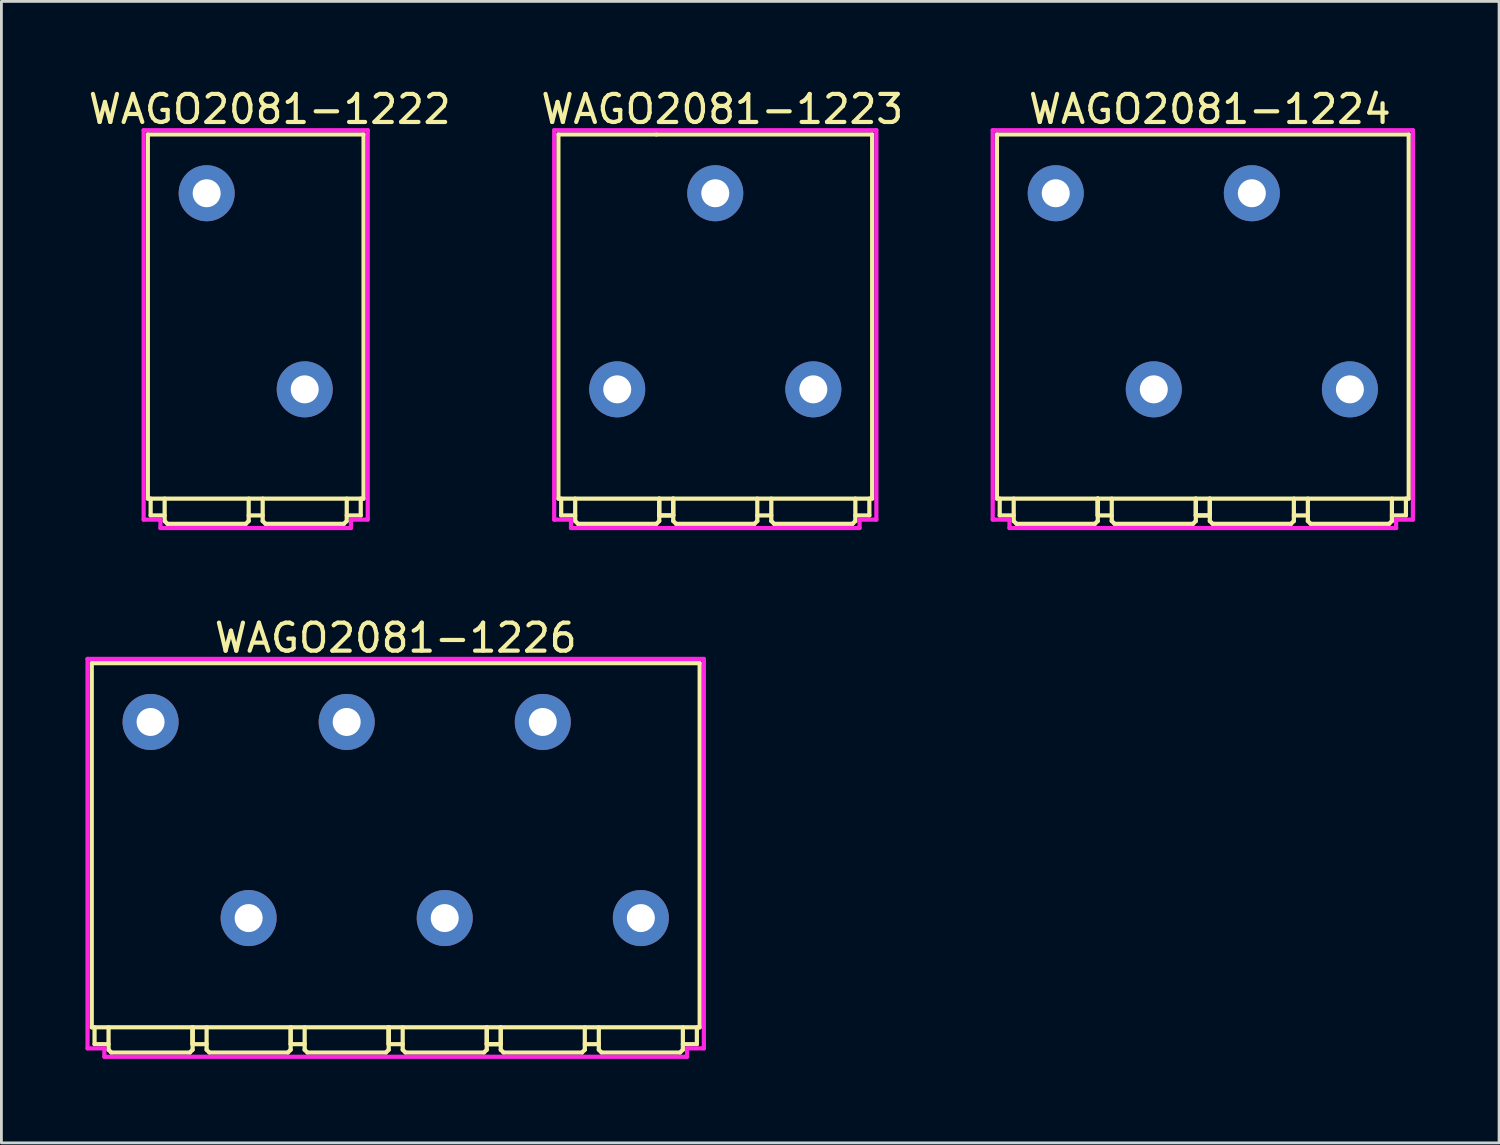
<source format=kicad_pcb>
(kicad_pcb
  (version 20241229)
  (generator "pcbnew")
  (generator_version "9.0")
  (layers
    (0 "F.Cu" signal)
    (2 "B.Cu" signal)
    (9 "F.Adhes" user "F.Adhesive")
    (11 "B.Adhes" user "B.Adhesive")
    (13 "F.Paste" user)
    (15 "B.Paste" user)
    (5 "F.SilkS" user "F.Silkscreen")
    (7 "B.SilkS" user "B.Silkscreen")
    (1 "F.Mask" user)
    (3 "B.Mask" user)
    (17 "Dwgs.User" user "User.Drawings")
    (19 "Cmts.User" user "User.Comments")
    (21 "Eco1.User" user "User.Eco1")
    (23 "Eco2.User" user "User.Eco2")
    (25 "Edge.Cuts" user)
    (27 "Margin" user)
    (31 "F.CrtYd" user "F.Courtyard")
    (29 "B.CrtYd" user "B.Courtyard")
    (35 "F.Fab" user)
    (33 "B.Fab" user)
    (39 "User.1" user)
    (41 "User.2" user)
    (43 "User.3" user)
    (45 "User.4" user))
  (footprint "WAGO2081-1222"
    (layer "F.Cu")
    (at 7.827 10.848)
    (property "Reference" "WAGO2081-1222" (at -1.25 -10 180) (layer "F.SilkS") (effects (font (size 1 1) (thickness 0.15))))
    (attr through_hole)
    (fp_line (start -5.6 -9.1) (end -5.6 3.9) (stroke (width 0.15) (type solid)) (layer "F.SilkS"))
    (fp_line (start -5.6 -9.1) (end 2.1 -9.1) (stroke (width 0.15) (type solid)) (layer "F.SilkS"))
    (fp_line (start -5.5 3.9) (end -5.5 4.5) (stroke (width 0.15) (type solid)) (layer "F.SilkS"))
    (fp_line (start -5.5 4.5) (end -5 4.5) (stroke (width 0.15) (type solid)) (layer "F.SilkS"))
    (fp_line (start -5 3.9) (end -5 4.7) (stroke (width 0.15) (type solid)) (layer "F.SilkS"))
    (fp_line (start -5 4.7) (end -4.9 4.8) (stroke (width 0.15) (type solid)) (layer "F.SilkS"))
    (fp_line (start -4.9 4.8) (end -2.1 4.8) (stroke (width 0.15) (type solid)) (layer "F.SilkS"))
    (fp_line (start -2 4.5) (end -1.5 4.5) (stroke (width 0.15) (type solid)) (layer "F.SilkS"))
    (fp_line (start -2 4.7) (end -2.1 4.8) (stroke (width 0.15) (type solid)) (layer "F.SilkS"))
    (fp_line (start -2 4.7) (end -2 3.9) (stroke (width 0.15) (type solid)) (layer "F.SilkS"))
    (fp_line (start -1.5 3.9) (end -1.5 4.7) (stroke (width 0.15) (type solid)) (layer "F.SilkS"))
    (fp_line (start -1.5 4.7) (end -1.4 4.8) (stroke (width 0.15) (type solid)) (layer "F.SilkS"))
    (fp_line (start -1.4 4.8) (end 1.4 4.8) (stroke (width 0.15) (type solid)) (layer "F.SilkS"))
    (fp_line (start 1.5 4.5) (end 2 4.5) (stroke (width 0.15) (type solid)) (layer "F.SilkS"))
    (fp_line (start 1.5 4.7) (end 1.4 4.8) (stroke (width 0.15) (type solid)) (layer "F.SilkS"))
    (fp_line (start 1.5 4.7) (end 1.5 3.9) (stroke (width 0.15) (type solid)) (layer "F.SilkS"))
    (fp_line (start 2 4.5) (end 2 3.9) (stroke (width 0.15) (type solid)) (layer "F.SilkS"))
    (fp_line (start 2.1 -9.1) (end 2.1 3.9) (stroke (width 0.15) (type solid)) (layer "F.SilkS"))
    (fp_line (start 2.1 3.9) (end -5.6 3.9) (stroke (width 0.15) (type solid)) (layer "F.SilkS"))
    (fp_line (start -5.75 -9.25) (end 2.25 -9.25) (stroke (width 0.15) (type solid)) (layer "F.CrtYd"))
    (fp_line (start -5.75 4.65) (end -5.75 -9.25) (stroke (width 0.15) (type solid)) (layer "F.CrtYd"))
    (fp_line (start -5.15 4.65) (end -5.75 4.65) (stroke (width 0.15) (type solid)) (layer "F.CrtYd"))
    (fp_line (start -5.15 4.95) (end -5.15 4.65) (stroke (width 0.15) (type solid)) (layer "F.CrtYd"))
    (fp_line (start 1.65 4.65) (end 1.65 4.95) (stroke (width 0.15) (type solid)) (layer "F.CrtYd"))
    (fp_line (start 1.65 4.95) (end -5.15 4.95) (stroke (width 0.15) (type solid)) (layer "F.CrtYd"))
    (fp_line (start 2.25 -9.25) (end 2.25 4.65) (stroke (width 0.15) (type solid)) (layer "F.CrtYd"))
    (fp_line (start 2.25 4.65) (end 1.65 4.65) (stroke (width 0.15) (type solid)) (layer "F.CrtYd"))
    (pad "1" thru_hole circle (at 0 0) (size 2 2) (drill 1) (layers "*.Cu" "*.Mask"))
    (pad "2" thru_hole circle (at -3.5 -7) (size 2 2) (drill 1) (layers "*.Cu" "*.Mask")))
  (footprint "WAGO2081-1226"
    (layer "F.Cu")
    (at 19.825 29.721)
    (property "Reference" "WAGO2081-1226" (at -8.75 -10 180) (layer "F.SilkS") (effects (font (size 1 1) (thickness 0.15))))
    (attr through_hole)
    (fp_line (start -19.6 -9.1) (end 2.1 -9.1) (stroke (width 0.15) (type solid)) (layer "F.SilkS"))
    (fp_line (start -19.6 3.9) (end -19.6 -9.1) (stroke (width 0.15) (type solid)) (layer "F.SilkS"))
    (fp_line (start -19.5 4.5) (end -19.5 3.9) (stroke (width 0.15) (type solid)) (layer "F.SilkS"))
    (fp_line (start -19.5 4.5) (end -19 4.5) (stroke (width 0.15) (type solid)) (layer "F.SilkS"))
    (fp_line (start -19 3.9) (end -19 4.7) (stroke (width 0.15) (type solid)) (layer "F.SilkS"))
    (fp_line (start -19 4.7) (end -18.9 4.8) (stroke (width 0.15) (type solid)) (layer "F.SilkS"))
    (fp_line (start -18.9 4.8) (end -16.1 4.8) (stroke (width 0.15) (type solid)) (layer "F.SilkS"))
    (fp_line (start -16 3.9) (end -16 4.5) (stroke (width 0.15) (type solid)) (layer "F.SilkS"))
    (fp_line (start -16 4.5) (end -16 3.9) (stroke (width 0.15) (type solid)) (layer "F.SilkS"))
    (fp_line (start -16 4.5) (end -15.5 4.5) (stroke (width 0.15) (type solid)) (layer "F.SilkS"))
    (fp_line (start -16 4.7) (end -16.1 4.8) (stroke (width 0.15) (type solid)) (layer "F.SilkS"))
    (fp_line (start -16 4.7) (end -16 3.9) (stroke (width 0.15) (type solid)) (layer "F.SilkS"))
    (fp_line (start -15.5 3.9) (end -15.5 4.7) (stroke (width 0.15) (type solid)) (layer "F.SilkS"))
    (fp_line (start -15.5 4.7) (end -15.4 4.8) (stroke (width 0.15) (type solid)) (layer "F.SilkS"))
    (fp_line (start -15.4 4.8) (end -12.6 4.8) (stroke (width 0.15) (type solid)) (layer "F.SilkS"))
    (fp_line (start -12.5 3.9) (end -12.5 4.5) (stroke (width 0.15) (type solid)) (layer "F.SilkS"))
    (fp_line (start -12.5 4.5) (end -12 4.5) (stroke (width 0.15) (type solid)) (layer "F.SilkS"))
    (fp_line (start -12.5 4.7) (end -12.6 4.8) (stroke (width 0.15) (type solid)) (layer "F.SilkS"))
    (fp_line (start -12.5 4.7) (end -12.5 3.9) (stroke (width 0.15) (type solid)) (layer "F.SilkS"))
    (fp_line (start -12 3.9) (end -12 4.7) (stroke (width 0.15) (type solid)) (layer "F.SilkS"))
    (fp_line (start -12 4.7) (end -11.9 4.8) (stroke (width 0.15) (type solid)) (layer "F.SilkS"))
    (fp_line (start -11.9 4.8) (end -9.1 4.8) (stroke (width 0.15) (type solid)) (layer "F.SilkS"))
    (fp_line (start -9 3.9) (end -9 4.5) (stroke (width 0.15) (type solid)) (layer "F.SilkS"))
    (fp_line (start -9 4.5) (end -9 3.9) (stroke (width 0.15) (type solid)) (layer "F.SilkS"))
    (fp_line (start -9 4.5) (end -8.5 4.5) (stroke (width 0.15) (type solid)) (layer "F.SilkS"))
    (fp_line (start -9 4.7) (end -9.1 4.8) (stroke (width 0.15) (type solid)) (layer "F.SilkS"))
    (fp_line (start -9 4.7) (end -9 3.9) (stroke (width 0.15) (type solid)) (layer "F.SilkS"))
    (fp_line (start -8.5 3.9) (end -8.5 4.7) (stroke (width 0.15) (type solid)) (layer "F.SilkS"))
    (fp_line (start -8.5 4.7) (end -8.4 4.8) (stroke (width 0.15) (type solid)) (layer "F.SilkS"))
    (fp_line (start -8.4 4.8) (end -5.6 4.8) (stroke (width 0.15) (type solid)) (layer "F.SilkS"))
    (fp_line (start -5.5 3.9) (end -5.5 4.5) (stroke (width 0.15) (type solid)) (layer "F.SilkS"))
    (fp_line (start -5.5 4.5) (end -5 4.5) (stroke (width 0.15) (type solid)) (layer "F.SilkS"))
    (fp_line (start -5.5 4.5) (end -5 4.5) (stroke (width 0.15) (type solid)) (layer "F.SilkS"))
    (fp_line (start -5.5 4.7) (end -5.6 4.8) (stroke (width 0.15) (type solid)) (layer "F.SilkS"))
    (fp_line (start -5.5 4.7) (end -5.5 3.9) (stroke (width 0.15) (type solid)) (layer "F.SilkS"))
    (fp_line (start -5 3.9) (end -5 4.7) (stroke (width 0.15) (type solid)) (layer "F.SilkS"))
    (fp_line (start -5 4.5) (end -5 3.9) (stroke (width 0.15) (type solid)) (layer "F.SilkS"))
    (fp_line (start -5 4.7) (end -4.9 4.8) (stroke (width 0.15) (type solid)) (layer "F.SilkS"))
    (fp_line (start -4.9 4.8) (end -2.1 4.8) (stroke (width 0.15) (type solid)) (layer "F.SilkS"))
    (fp_line (start -2 4.5) (end -1.5 4.5) (stroke (width 0.15) (type solid)) (layer "F.SilkS"))
    (fp_line (start -2 4.7) (end -2.1 4.8) (stroke (width 0.15) (type solid)) (layer "F.SilkS"))
    (fp_line (start -2 4.7) (end -2 3.9) (stroke (width 0.15) (type solid)) (layer "F.SilkS"))
    (fp_line (start -1.5 3.9) (end -1.5 4.7) (stroke (width 0.15) (type solid)) (layer "F.SilkS"))
    (fp_line (start -1.5 4.7) (end -1.4 4.8) (stroke (width 0.15) (type solid)) (layer "F.SilkS"))
    (fp_line (start -1.4 4.8) (end 1.4 4.8) (stroke (width 0.15) (type solid)) (layer "F.SilkS"))
    (fp_line (start 1.5 4.5) (end 2 4.5) (stroke (width 0.15) (type solid)) (layer "F.SilkS"))
    (fp_line (start 1.5 4.7) (end 1.4 4.8) (stroke (width 0.15) (type solid)) (layer "F.SilkS"))
    (fp_line (start 1.5 4.7) (end 1.5 3.9) (stroke (width 0.15) (type solid)) (layer "F.SilkS"))
    (fp_line (start 2 4.5) (end 2 3.9) (stroke (width 0.15) (type solid)) (layer "F.SilkS"))
    (fp_line (start 2.1 -9.1) (end 2.1 3.9) (stroke (width 0.15) (type solid)) (layer "F.SilkS"))
    (fp_line (start 2.1 3.9) (end -19.6 3.9) (stroke (width 0.15) (type solid)) (layer "F.SilkS"))
    (fp_line (start -19.75 -9.25) (end 2.25 -9.25) (stroke (width 0.15) (type solid)) (layer "F.CrtYd"))
    (fp_line (start -19.75 4.65) (end -19.75 -9.25) (stroke (width 0.15) (type solid)) (layer "F.CrtYd"))
    (fp_line (start -19.15 4.65) (end -19.75 4.65) (stroke (width 0.15) (type solid)) (layer "F.CrtYd"))
    (fp_line (start -19.15 4.95) (end -19.15 4.65) (stroke (width 0.15) (type solid)) (layer "F.CrtYd"))
    (fp_line (start 1.65 4.65) (end 1.65 4.95) (stroke (width 0.15) (type solid)) (layer "F.CrtYd"))
    (fp_line (start 1.65 4.95) (end -19.15 4.95) (stroke (width 0.15) (type solid)) (layer "F.CrtYd"))
    (fp_line (start 2.25 -9.25) (end 2.25 4.65) (stroke (width 0.15) (type solid)) (layer "F.CrtYd"))
    (fp_line (start 2.25 4.65) (end 1.65 4.65) (stroke (width 0.15) (type solid)) (layer "F.CrtYd"))
    (pad "1" thru_hole circle (at 0 0) (size 2 2) (drill 1) (layers "*.Cu" "*.Mask"))
    (pad "2" thru_hole circle (at -3.5 -7) (size 2 2) (drill 1) (layers "*.Cu" "*.Mask"))
    (pad "3" thru_hole circle (at -7 0) (size 2 2) (drill 1) (layers "*.Cu" "*.Mask"))
    (pad "4" thru_hole circle (at -10.5 -7) (size 2 2) (drill 1) (layers "*.Cu" "*.Mask"))
    (pad "5" thru_hole circle (at -14 0) (size 2 2) (drill 1) (layers "*.Cu" "*.Mask"))
    (pad "6" thru_hole circle (at -17.5 -7) (size 2 2) (drill 1) (layers "*.Cu" "*.Mask")))
  (footprint "WAGO2081-1223"
    (layer "F.Cu")
    (at 25.982 10.848)
    (property "Reference" "WAGO2081-1223" (at -3.25 -10 180) (layer "F.SilkS") (effects (font (size 1 1) (thickness 0.15))))
    (attr through_hole)
    (fp_line (start -9.1 -9.1) (end -5.6 -9.1) (stroke (width 0.15) (type solid)) (layer "F.SilkS"))
    (fp_line (start -9.1 3.9) (end -9.1 -9.1) (stroke (width 0.15) (type solid)) (layer "F.SilkS"))
    (fp_line (start -9 4.5) (end -9 3.9) (stroke (width 0.15) (type solid)) (layer "F.SilkS"))
    (fp_line (start -9 4.5) (end -8.5 4.5) (stroke (width 0.15) (type solid)) (layer "F.SilkS"))
    (fp_line (start -8.5 3.9) (end -8.5 4.7) (stroke (width 0.15) (type solid)) (layer "F.SilkS"))
    (fp_line (start -8.5 4.7) (end -8.4 4.8) (stroke (width 0.15) (type solid)) (layer "F.SilkS"))
    (fp_line (start -8.4 4.8) (end -5.6 4.8) (stroke (width 0.15) (type solid)) (layer "F.SilkS"))
    (fp_line (start -5.6 -9.1) (end 2.1 -9.1) (stroke (width 0.15) (type solid)) (layer "F.SilkS"))
    (fp_line (start -5.5 3.9) (end -5.5 4.5) (stroke (width 0.15) (type solid)) (layer "F.SilkS"))
    (fp_line (start -5.5 4.5) (end -5 4.5) (stroke (width 0.15) (type solid)) (layer "F.SilkS"))
    (fp_line (start -5.5 4.5) (end -5 4.5) (stroke (width 0.15) (type solid)) (layer "F.SilkS"))
    (fp_line (start -5.5 4.7) (end -5.6 4.8) (stroke (width 0.15) (type solid)) (layer "F.SilkS"))
    (fp_line (start -5.5 4.7) (end -5.5 3.9) (stroke (width 0.15) (type solid)) (layer "F.SilkS"))
    (fp_line (start -5 3.9) (end -5 4.7) (stroke (width 0.15) (type solid)) (layer "F.SilkS"))
    (fp_line (start -5 4.5) (end -5 3.9) (stroke (width 0.15) (type solid)) (layer "F.SilkS"))
    (fp_line (start -5 4.7) (end -4.9 4.8) (stroke (width 0.15) (type solid)) (layer "F.SilkS"))
    (fp_line (start -4.9 4.8) (end -2.1 4.8) (stroke (width 0.15) (type solid)) (layer "F.SilkS"))
    (fp_line (start -2 4.5) (end -1.5 4.5) (stroke (width 0.15) (type solid)) (layer "F.SilkS"))
    (fp_line (start -2 4.7) (end -2.1 4.8) (stroke (width 0.15) (type solid)) (layer "F.SilkS"))
    (fp_line (start -2 4.7) (end -2 3.9) (stroke (width 0.15) (type solid)) (layer "F.SilkS"))
    (fp_line (start -1.5 3.9) (end -1.5 4.7) (stroke (width 0.15) (type solid)) (layer "F.SilkS"))
    (fp_line (start -1.5 4.7) (end -1.4 4.8) (stroke (width 0.15) (type solid)) (layer "F.SilkS"))
    (fp_line (start -1.4 4.8) (end 1.4 4.8) (stroke (width 0.15) (type solid)) (layer "F.SilkS"))
    (fp_line (start 1.5 4.5) (end 2 4.5) (stroke (width 0.15) (type solid)) (layer "F.SilkS"))
    (fp_line (start 1.5 4.7) (end 1.4 4.8) (stroke (width 0.15) (type solid)) (layer "F.SilkS"))
    (fp_line (start 1.5 4.7) (end 1.5 3.9) (stroke (width 0.15) (type solid)) (layer "F.SilkS"))
    (fp_line (start 2 4.5) (end 2 3.9) (stroke (width 0.15) (type solid)) (layer "F.SilkS"))
    (fp_line (start 2.1 -9.1) (end 2.1 3.9) (stroke (width 0.15) (type solid)) (layer "F.SilkS"))
    (fp_line (start 2.1 3.9) (end -9.1 3.9) (stroke (width 0.15) (type solid)) (layer "F.SilkS"))
    (fp_line (start -9.25 -9.25) (end 2.25 -9.25) (stroke (width 0.15) (type solid)) (layer "F.CrtYd"))
    (fp_line (start -9.25 4.65) (end -9.25 -9.25) (stroke (width 0.15) (type solid)) (layer "F.CrtYd"))
    (fp_line (start -8.65 4.65) (end -9.25 4.65) (stroke (width 0.15) (type solid)) (layer "F.CrtYd"))
    (fp_line (start -8.65 4.95) (end -8.65 4.65) (stroke (width 0.15) (type solid)) (layer "F.CrtYd"))
    (fp_line (start 1.65 4.65) (end 1.65 4.95) (stroke (width 0.15) (type solid)) (layer "F.CrtYd"))
    (fp_line (start 1.65 4.95) (end -8.65 4.95) (stroke (width 0.15) (type solid)) (layer "F.CrtYd"))
    (fp_line (start 2.25 -9.25) (end 2.25 4.65) (stroke (width 0.15) (type solid)) (layer "F.CrtYd"))
    (fp_line (start 2.25 4.65) (end 1.65 4.65) (stroke (width 0.15) (type solid)) (layer "F.CrtYd"))
    (pad "1" thru_hole circle (at 0 0) (size 2 2) (drill 1) (layers "*.Cu" "*.Mask"))
    (pad "2" thru_hole circle (at -3.5 -7) (size 2 2) (drill 1) (layers "*.Cu" "*.Mask"))
    (pad "3" thru_hole circle (at -7 0) (size 2 2) (drill 1) (layers "*.Cu" "*.Mask")))
  (footprint "WAGO2081-1224"
    (layer "F.Cu")
    (at 45.135 10.848)
    (property "Reference" "WAGO2081-1224" (at -5 -10 180) (layer "F.SilkS") (effects (font (size 1 1) (thickness 0.15))))
    (attr through_hole)
    (fp_line (start -12.6 -9.1) (end 2.1 -9.1) (stroke (width 0.15) (type solid)) (layer "F.SilkS"))
    (fp_line (start -12.6 3.9) (end -12.6 -9.1) (stroke (width 0.15) (type solid)) (layer "F.SilkS"))
    (fp_line (start -12.5 4.5) (end -12.5 3.9) (stroke (width 0.15) (type solid)) (layer "F.SilkS"))
    (fp_line (start -12.5 4.5) (end -12 4.5) (stroke (width 0.15) (type solid)) (layer "F.SilkS"))
    (fp_line (start -12 3.9) (end -12 4.7) (stroke (width 0.15) (type solid)) (layer "F.SilkS"))
    (fp_line (start -12 4.7) (end -11.9 4.8) (stroke (width 0.15) (type solid)) (layer "F.SilkS"))
    (fp_line (start -11.9 4.8) (end -9.1 4.8) (stroke (width 0.15) (type solid)) (layer "F.SilkS"))
    (fp_line (start -9 3.9) (end -9 4.5) (stroke (width 0.15) (type solid)) (layer "F.SilkS"))
    (fp_line (start -9 4.5) (end -9 3.9) (stroke (width 0.15) (type solid)) (layer "F.SilkS"))
    (fp_line (start -9 4.5) (end -8.5 4.5) (stroke (width 0.15) (type solid)) (layer "F.SilkS"))
    (fp_line (start -9 4.7) (end -9.1 4.8) (stroke (width 0.15) (type solid)) (layer "F.SilkS"))
    (fp_line (start -9 4.7) (end -9 3.9) (stroke (width 0.15) (type solid)) (layer "F.SilkS"))
    (fp_line (start -8.5 3.9) (end -8.5 4.7) (stroke (width 0.15) (type solid)) (layer "F.SilkS"))
    (fp_line (start -8.5 4.7) (end -8.4 4.8) (stroke (width 0.15) (type solid)) (layer "F.SilkS"))
    (fp_line (start -8.4 4.8) (end -5.6 4.8) (stroke (width 0.15) (type solid)) (layer "F.SilkS"))
    (fp_line (start -5.5 3.9) (end -5.5 4.5) (stroke (width 0.15) (type solid)) (layer "F.SilkS"))
    (fp_line (start -5.5 4.5) (end -5 4.5) (stroke (width 0.15) (type solid)) (layer "F.SilkS"))
    (fp_line (start -5.5 4.5) (end -5 4.5) (stroke (width 0.15) (type solid)) (layer "F.SilkS"))
    (fp_line (start -5.5 4.7) (end -5.6 4.8) (stroke (width 0.15) (type solid)) (layer "F.SilkS"))
    (fp_line (start -5.5 4.7) (end -5.5 3.9) (stroke (width 0.15) (type solid)) (layer "F.SilkS"))
    (fp_line (start -5 3.9) (end -5 4.7) (stroke (width 0.15) (type solid)) (layer "F.SilkS"))
    (fp_line (start -5 4.5) (end -5 3.9) (stroke (width 0.15) (type solid)) (layer "F.SilkS"))
    (fp_line (start -5 4.7) (end -4.9 4.8) (stroke (width 0.15) (type solid)) (layer "F.SilkS"))
    (fp_line (start -4.9 4.8) (end -2.1 4.8) (stroke (width 0.15) (type solid)) (layer "F.SilkS"))
    (fp_line (start -2 4.5) (end -1.5 4.5) (stroke (width 0.15) (type solid)) (layer "F.SilkS"))
    (fp_line (start -2 4.7) (end -2.1 4.8) (stroke (width 0.15) (type solid)) (layer "F.SilkS"))
    (fp_line (start -2 4.7) (end -2 3.9) (stroke (width 0.15) (type solid)) (layer "F.SilkS"))
    (fp_line (start -1.5 3.9) (end -1.5 4.7) (stroke (width 0.15) (type solid)) (layer "F.SilkS"))
    (fp_line (start -1.5 4.7) (end -1.4 4.8) (stroke (width 0.15) (type solid)) (layer "F.SilkS"))
    (fp_line (start -1.4 4.8) (end 1.4 4.8) (stroke (width 0.15) (type solid)) (layer "F.SilkS"))
    (fp_line (start 1.5 4.5) (end 2 4.5) (stroke (width 0.15) (type solid)) (layer "F.SilkS"))
    (fp_line (start 1.5 4.7) (end 1.4 4.8) (stroke (width 0.15) (type solid)) (layer "F.SilkS"))
    (fp_line (start 1.5 4.7) (end 1.5 3.9) (stroke (width 0.15) (type solid)) (layer "F.SilkS"))
    (fp_line (start 2 4.5) (end 2 3.9) (stroke (width 0.15) (type solid)) (layer "F.SilkS"))
    (fp_line (start 2.1 -9.1) (end 2.1 3.9) (stroke (width 0.15) (type solid)) (layer "F.SilkS"))
    (fp_line (start 2.1 3.9) (end -12.6 3.9) (stroke (width 0.15) (type solid)) (layer "F.SilkS"))
    (fp_line (start -12.75 -9.25) (end 2.25 -9.25) (stroke (width 0.15) (type solid)) (layer "F.CrtYd"))
    (fp_line (start -12.75 4.65) (end -12.75 -9.25) (stroke (width 0.15) (type solid)) (layer "F.CrtYd"))
    (fp_line (start -12.15 4.65) (end -12.75 4.65) (stroke (width 0.15) (type solid)) (layer "F.CrtYd"))
    (fp_line (start -12.15 4.95) (end -12.15 4.65) (stroke (width 0.15) (type solid)) (layer "F.CrtYd"))
    (fp_line (start 1.65 4.65) (end 1.65 4.95) (stroke (width 0.15) (type solid)) (layer "F.CrtYd"))
    (fp_line (start 1.65 4.95) (end -12.15 4.95) (stroke (width 0.15) (type solid)) (layer "F.CrtYd"))
    (fp_line (start 2.25 -9.25) (end 2.25 4.65) (stroke (width 0.15) (type solid)) (layer "F.CrtYd"))
    (fp_line (start 2.25 4.65) (end 1.65 4.65) (stroke (width 0.15) (type solid)) (layer "F.CrtYd"))
    (pad "1" thru_hole circle (at 0 0) (size 2 2) (drill 1) (layers "*.Cu" "*.Mask"))
    (pad "2" thru_hole circle (at -3.5 -7) (size 2 2) (drill 1) (layers "*.Cu" "*.Mask"))
    (pad "3" thru_hole circle (at -7 0) (size 2 2) (drill 1) (layers "*.Cu" "*.Mask"))
    (pad "4" thru_hole circle (at -10.5 -7) (size 2 2) (drill 1) (layers "*.Cu" "*.Mask")))
  (gr_rect
    (start -3 -3)
    (end 50.46 37.746)
    (stroke (width 0.1) (type default))
    (fill no)
    (layer "Edge.Cuts")))
</source>
